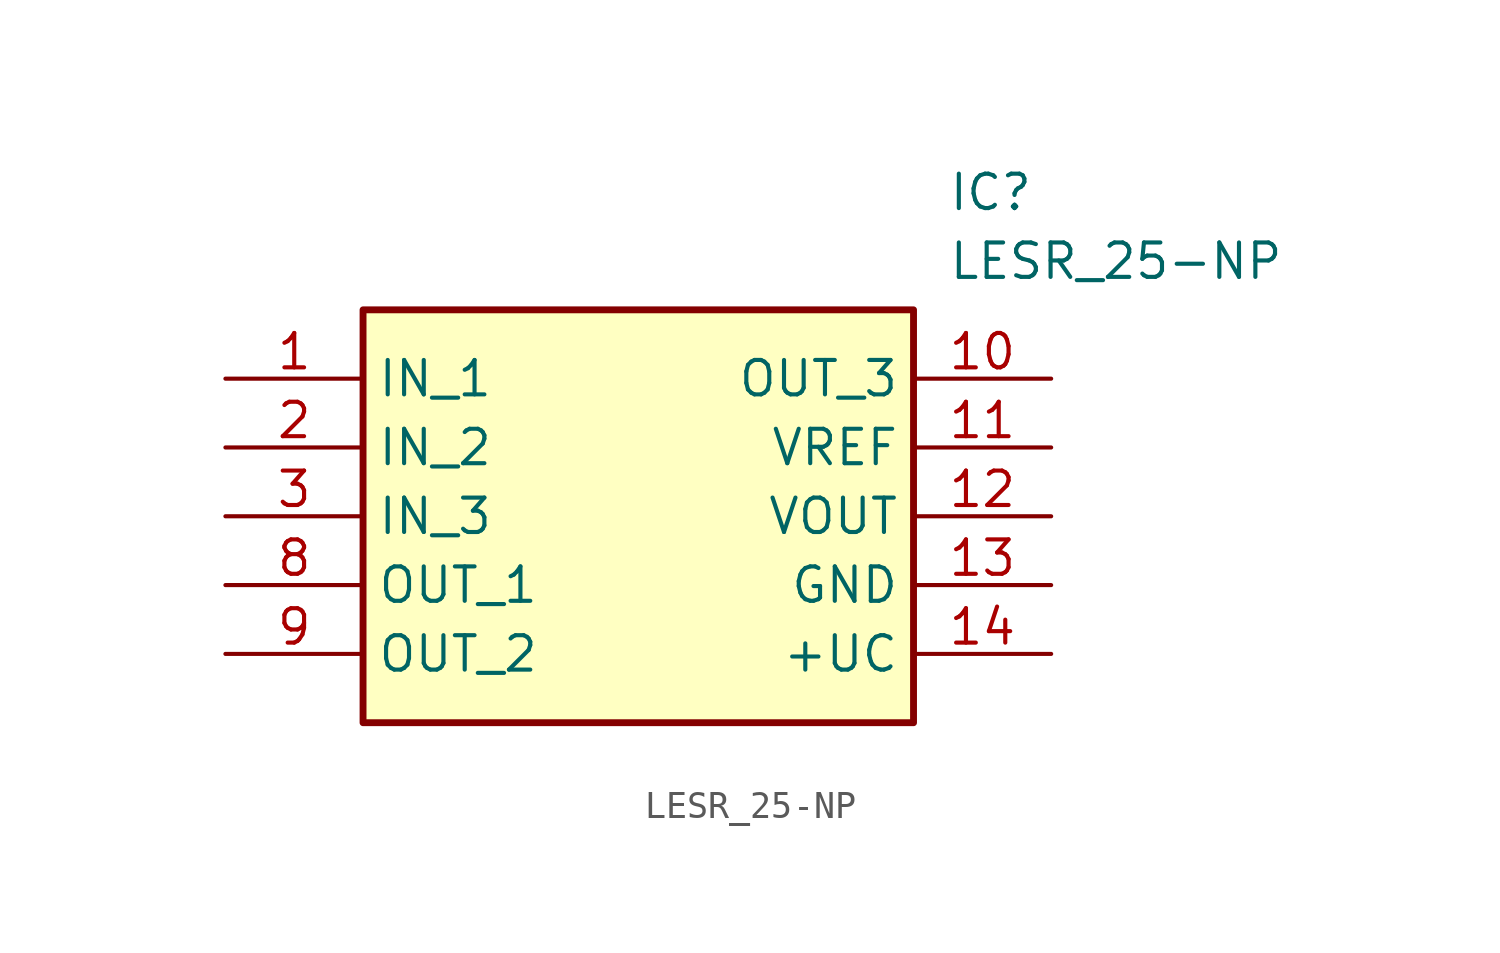
<source format=kicad_sym>
(kicad_symbol_lib
  (version 20211014)
  (generator SamacSys_ECAD_Model)
  (symbol "LESR_25-NP"
    (property "Reference" "IC"
      (at 26.67 7.62 0)
      (effects (font (size 1.27 1.27)) (justify left top)))
    (property "Value" "LESR_25-NP"
      (at 26.67 5.08 0)
      (effects (font (size 1.27 1.27)) (justify left top)))
    (rectangle
      (start 5.08 2.54)
      (end 25.4 -12.7)
      (stroke (width 0.254) (type default))
      (fill (type background)))
    (pin passive line
      (at 0 0 0)
      (length 5.08)
      (name "IN_1" (effects (font (size 1.27 1.27))))
      (number "1" (effects (font (size 1.27 1.27)))))
    (pin passive line
      (at 0 -2.54 0)
      (length 5.08)
      (name "IN_2" (effects (font (size 1.27 1.27))))
      (number "2" (effects (font (size 1.27 1.27)))))
    (pin passive line
      (at 0 -5.08 0)
      (length 5.08)
      (name "IN_3" (effects (font (size 1.27 1.27))))
      (number "3" (effects (font (size 1.27 1.27)))))
    (pin passive line
      (at 0 -7.62 0)
      (length 5.08)
      (name "OUT_1" (effects (font (size 1.27 1.27))))
      (number "8" (effects (font (size 1.27 1.27)))))
    (pin passive line
      (at 0 -10.16 0)
      (length 5.08)
      (name "OUT_2" (effects (font (size 1.27 1.27))))
      (number "9" (effects (font (size 1.27 1.27)))))
    (pin passive line
      (at 30.48 0 180)
      (length 5.08)
      (name "OUT_3" (effects (font (size 1.27 1.27))))
      (number "10" (effects (font (size 1.27 1.27)))))
    (pin passive line
      (at 30.48 -2.54 180)
      (length 5.08)
      (name "VREF" (effects (font (size 1.27 1.27))))
      (number "11" (effects (font (size 1.27 1.27)))))
    (pin passive line
      (at 30.48 -5.08 180)
      (length 5.08)
      (name "VOUT" (effects (font (size 1.27 1.27))))
      (number "12" (effects (font (size 1.27 1.27)))))
    (pin passive line
      (at 30.48 -7.62 180)
      (length 5.08)
      (name "GND" (effects (font (size 1.27 1.27))))
      (number "13" (effects (font (size 1.27 1.27)))))
    (pin passive line
      (at 30.48 -10.16 180)
      (length 5.08)
      (name "+UC" (effects (font (size 1.27 1.27))))
      (number "14" (effects (font (size 1.27 1.27)))))))
</source>
